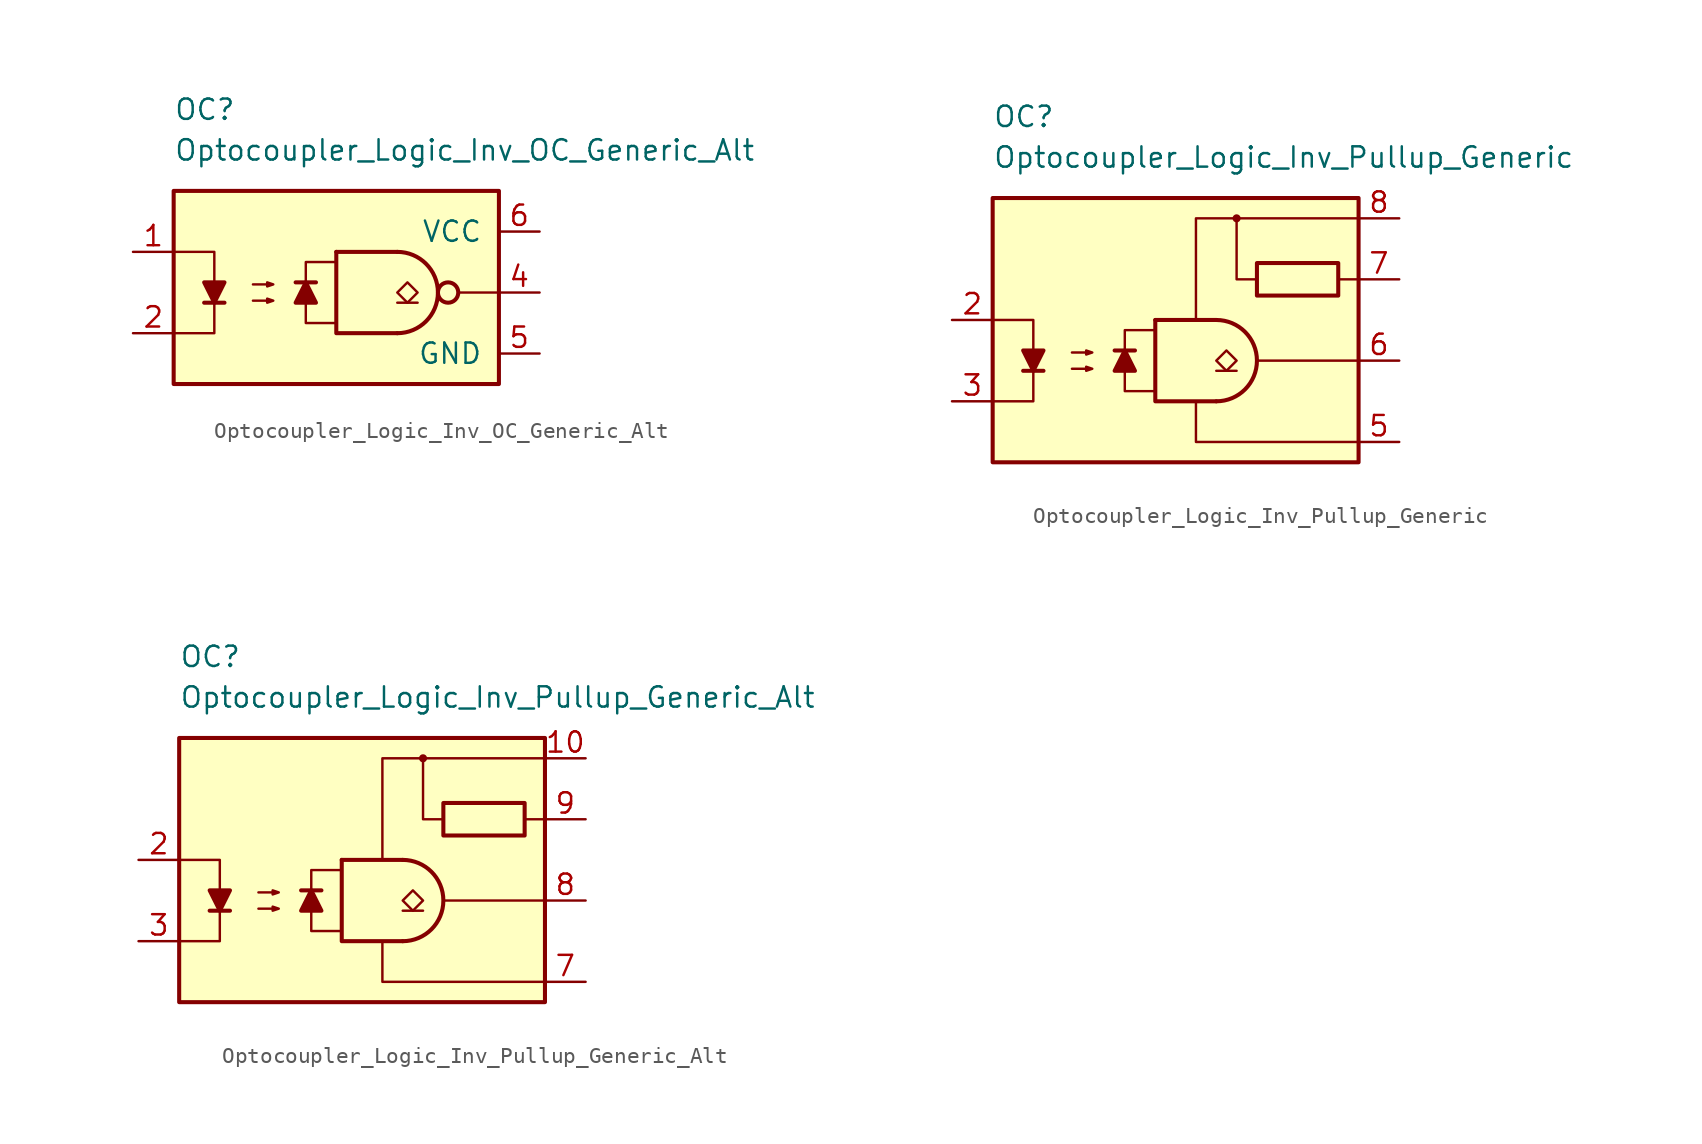
<source format=kicad_sym>
(kicad_symbol_lib
  (version 20211014)
  (generator kicad_symbol_editor)
  (symbol "Optocoupler_Logic_Inv_OC_Generic_Alt"
    (pin_names
      (offset 1.016))
    (property "Reference" "OC"
      (at -11.43 11.43 0)
      (effects (font (size 1.27 1.27)) (justify left)))
    (property "Value" "Optocoupler_Logic_Inv_OC_Generic_Alt"
      (at -11.43 8.89 0)
      (effects (font (size 1.27 1.27)) (justify left)))
    (symbol "Optocoupler_Logic_Inv_OC_Generic_Alt_0_0"
      (rectangle (start -11.43 6.35) (end 8.89 -5.715) (stroke (width 0.254) (type default) (color 0 0 0 0)) (fill (type background)))
      (polyline (pts (xy 8.89 0) (xy 6.35 0)) (stroke (width 0) (type default) (color 0 0 0 0)) (fill (type none))))
    (symbol "Optocoupler_Logic_Inv_OC_Generic_Alt_0_1"
      (polyline (pts (xy -9.525 -0.635) (xy -8.255 -0.635)) (stroke (width 0.254) (type default) (color 0 0 0 0)) (fill (type none)))
      (polyline (pts (xy -1.27 2.54) (xy 2.54 2.54)) (stroke (width 0.254) (type default) (color 0 0 0 0)) (fill (type none)))
      (polyline (pts (xy 3.81 -0.635) (xy 2.54 -0.635)) (stroke (width 0.152) (type default) (color 0 0 0 0)) (fill (type none)))
      (polyline (pts (xy -11.43 2.54) (xy -8.89 2.54) (xy -8.89 -0.635)) (stroke (width 0) (type default) (color 0 0 0 0)) (fill (type none)))
      (polyline (pts (xy -8.89 -0.635) (xy -8.89 -2.54) (xy -11.43 -2.54)) (stroke (width 0) (type default) (color 0 0 0 0)) (fill (type none)))
      (polyline (pts (xy -1.27 2.54) (xy -1.27 -2.54) (xy 2.54 -2.54)) (stroke (width 0.254) (type default) (color 0 0 0 0)) (fill (type none)))
      (polyline (pts (xy -8.89 -0.635) (xy -9.525 0.635) (xy -8.255 0.635) (xy -8.89 -0.635)) (stroke (width 0.254) (type default) (color 0 0 0 0)) (fill (type outline)))
      (polyline (pts (xy -6.477 -0.508) (xy -5.207 -0.508) (xy -5.588 -0.635) (xy -5.588 -0.381) (xy -5.207 -0.508)) (stroke (width 0) (type default) (color 0 0 0 0)) (fill (type none)))
      (polyline (pts (xy -6.477 0.508) (xy -5.207 0.508) (xy -5.588 0.381) (xy -5.588 0.635) (xy -5.207 0.508)) (stroke (width 0) (type default) (color 0 0 0 0)) (fill (type none)))
      (polyline (pts (xy 3.175 -0.635) (xy 2.54 0) (xy 3.175 0.635) (xy 3.81 0) (xy 3.175 -0.635)) (stroke (width 0.152) (type default) (color 0 0 0 0)) (fill (type none)))
      (arc (start 2.54 -2.54) (mid 5.08 0) (end 2.54 2.54) (stroke (width 0.254) (type default) (color 0 0 0 0)) (fill (type none)))
      (circle (center 5.715 0) (radius 0.635) (stroke (width 0.254) (type default) (color 0 0 0 0)) (fill (type none))))
    (symbol "Optocoupler_Logic_Inv_OC_Generic_Alt_1_1"
      (polyline (pts (xy -2.54 0.635) (xy -3.81 0.635)) (stroke (width 0.254) (type default) (color 0 0 0 0)) (fill (type none)))
      (polyline (pts (xy -3.175 0.635) (xy -2.54 -0.635) (xy -3.81 -0.635) (xy -3.175 0.635)) (stroke (width 0.254) (type default) (color 0 0 0 0)) (fill (type outline)))
      (polyline (pts (xy -1.27 -1.905) (xy -3.175 -1.905) (xy -3.175 1.905) (xy -1.27 1.905)) (stroke (width 0.152) (type default) (color 0 0 0 0)) (fill (type none)))
      (pin passive line (at -13.97 2.54 0) (length 2.54) (name "~" (effects (font (size 1.27 1.27)))) (number "1" (effects (font (size 1.27 1.27)))))
      (pin passive line (at -13.97 -2.54 0) (length 2.54) (name "~" (effects (font (size 1.27 1.27)))) (number "2" (effects (font (size 1.27 1.27)))))
      (pin no_connect line (at 0 0 0) (length 2.54) hide (name "NC" (effects (font (size 1.27 1.27)))) (number "3" (effects (font (size 1.27 1.27)))))
      (pin open_collector line (at 11.43 0 180) (length 2.54) (name "~" (effects (font (size 1.27 1.27)))) (number "4" (effects (font (size 1.27 1.27)))))
      (pin power_in line (at 11.43 -3.81 180) (length 2.54) (name "GND" (effects (font (size 1.27 1.27)))) (number "5" (effects (font (size 1.27 1.27)))))
      (pin power_in line (at 11.43 3.81 180) (length 2.54) (name "VCC" (effects (font (size 1.27 1.27)))) (number "6" (effects (font (size 1.27 1.27)))))))
  (symbol "Optocoupler_Logic_Inv_Pullup_Generic"
    (pin_names
      (offset 1.016))
    (property "Reference" "OC"
      (at -11.43 12.7 0)
      (effects (font (size 1.27 1.27)) (justify left)))
    (property "Value" "Optocoupler_Logic_Inv_Pullup_Generic"
      (at -11.43 10.16 0)
      (effects (font (size 1.27 1.27)) (justify left)))
    (symbol "Optocoupler_Logic_Inv_Pullup_Generic_0_0"
      (rectangle (start -11.43 7.62) (end 11.43 -8.89) (stroke (width 0.254) (type default) (color 0 0 0 0)) (fill (type background)))
      (polyline (pts (xy 5.08 -2.54) (xy 11.43 -2.54)) (stroke (width 0) (type default) (color 0 0 0 0)) (fill (type none)))
      (polyline (pts (xy 11.43 2.54) (xy 10.16 2.54)) (stroke (width 0) (type default) (color 0 0 0 0)) (fill (type none)))
      (polyline (pts (xy 5.08 2.54) (xy 3.81 2.54) (xy 3.81 6.35)) (stroke (width 0) (type default) (color 0 0 0 0)) (fill (type none)))
      (polyline (pts (xy 11.43 -7.62) (xy 1.27 -7.62) (xy 1.27 -5.08)) (stroke (width 0) (type default) (color 0 0 0 0)) (fill (type none)))
      (polyline (pts (xy 11.43 6.35) (xy 1.27 6.35) (xy 1.27 0)) (stroke (width 0) (type default) (color 0 0 0 0)) (fill (type none)))
      (circle (center 3.81 6.35) (radius 0.178) (stroke (width 0) (type default) (color 0 0 0 0)) (fill (type outline))))
    (symbol "Optocoupler_Logic_Inv_Pullup_Generic_0_1"
      (polyline (pts (xy -9.525 -3.175) (xy -8.255 -3.175)) (stroke (width 0.254) (type default) (color 0 0 0 0)) (fill (type none)))
      (polyline (pts (xy -1.27 0) (xy 2.54 0)) (stroke (width 0.254) (type default) (color 0 0 0 0)) (fill (type none)))
      (polyline (pts (xy 3.81 -3.175) (xy 2.54 -3.175)) (stroke (width 0.152) (type default) (color 0 0 0 0)) (fill (type none)))
      (polyline (pts (xy -11.43 0) (xy -8.89 0) (xy -8.89 -3.175)) (stroke (width 0) (type default) (color 0 0 0 0)) (fill (type none)))
      (polyline (pts (xy -8.89 -3.175) (xy -8.89 -5.08) (xy -11.43 -5.08)) (stroke (width 0) (type default) (color 0 0 0 0)) (fill (type none)))
      (polyline (pts (xy -1.27 0) (xy -1.27 -5.08) (xy 2.54 -5.08)) (stroke (width 0.254) (type default) (color 0 0 0 0)) (fill (type none)))
      (polyline (pts (xy -8.89 -3.175) (xy -9.525 -1.905) (xy -8.255 -1.905) (xy -8.89 -3.175)) (stroke (width 0.254) (type default) (color 0 0 0 0)) (fill (type outline)))
      (polyline (pts (xy -6.477 -3.048) (xy -5.207 -3.048) (xy -5.588 -3.175) (xy -5.588 -2.921) (xy -5.207 -3.048)) (stroke (width 0) (type default) (color 0 0 0 0)) (fill (type none)))
      (polyline (pts (xy -6.477 -2.032) (xy -5.207 -2.032) (xy -5.588 -2.159) (xy -5.588 -1.905) (xy -5.207 -2.032)) (stroke (width 0) (type default) (color 0 0 0 0)) (fill (type none)))
      (polyline (pts (xy 3.175 -3.175) (xy 2.54 -2.54) (xy 3.175 -1.905) (xy 3.81 -2.54) (xy 3.175 -3.175)) (stroke (width 0.152) (type default) (color 0 0 0 0)) (fill (type none)))
      (arc (start 2.54 -5.08) (mid 5.08 -2.54) (end 2.54 0) (stroke (width 0.254) (type default) (color 0 0 0 0)) (fill (type none))))
    (symbol "Optocoupler_Logic_Inv_Pullup_Generic_1_1"
      (polyline (pts (xy -2.54 -1.905) (xy -3.81 -1.905)) (stroke (width 0.254) (type default) (color 0 0 0 0)) (fill (type none)))
      (polyline (pts (xy -3.175 -1.905) (xy -2.54 -3.175) (xy -3.81 -3.175) (xy -3.175 -1.905)) (stroke (width 0.254) (type default) (color 0 0 0 0)) (fill (type outline)))
      (polyline (pts (xy -1.27 -4.445) (xy -3.175 -4.445) (xy -3.175 -0.635) (xy -1.27 -0.635)) (stroke (width 0.152) (type default) (color 0 0 0 0)) (fill (type none)))
      (rectangle (start 10.16 1.524) (end 5.08 3.556) (stroke (width 0.254) (type default) (color 0 0 0 0)) (fill (type none)))
      (pin no_connect line (at 0 5.08 0) (length 2.54) hide (name "NC" (effects (font (size 1.27 1.27)))) (number "1" (effects (font (size 1.27 1.27)))))
      (pin passive line (at -13.97 0 0) (length 2.54) (name "~" (effects (font (size 1.27 1.27)))) (number "2" (effects (font (size 1.27 1.27)))))
      (pin passive line (at -13.97 -5.08 0) (length 2.54) (name "~" (effects (font (size 1.27 1.27)))) (number "3" (effects (font (size 1.27 1.27)))))
      (pin no_connect line (at 0 2.54 0) (length 2.54) hide (name "NC" (effects (font (size 1.27 1.27)))) (number "4" (effects (font (size 1.27 1.27)))))
      (pin power_in line (at 13.97 -7.62 180) (length 2.54) (name "~" (effects (font (size 1.27 1.27)))) (number "5" (effects (font (size 1.27 1.27)))))
      (pin open_collector line (at 13.97 -2.54 180) (length 2.54) (name "~" (effects (font (size 1.27 1.27)))) (number "6" (effects (font (size 1.27 1.27)))))
      (pin passive line (at 13.97 2.54 180) (length 2.54) (name "~" (effects (font (size 1.27 1.27)))) (number "7" (effects (font (size 1.27 1.27)))))
      (pin power_in line (at 13.97 6.35 180) (length 2.54) (name "~" (effects (font (size 1.27 1.27)))) (number "8" (effects (font (size 1.27 1.27)))))))
  (symbol "Optocoupler_Logic_Inv_Pullup_Generic_Alt"
    (pin_names
      (offset 1.016))
    (property "Reference" "OC"
      (at -11.43 12.7 0)
      (effects (font (size 1.27 1.27)) (justify left)))
    (property "Value" "Optocoupler_Logic_Inv_Pullup_Generic_Alt"
      (at -11.43 10.16 0)
      (effects (font (size 1.27 1.27)) (justify left)))
    (symbol "Optocoupler_Logic_Inv_Pullup_Generic_Alt_0_0"
      (rectangle (start -11.43 7.62) (end 11.43 -8.89) (stroke (width 0.254) (type default) (color 0 0 0 0)) (fill (type background)))
      (polyline (pts (xy 5.08 -2.54) (xy 11.43 -2.54)) (stroke (width 0) (type default) (color 0 0 0 0)) (fill (type none)))
      (polyline (pts (xy 5.08 2.54) (xy 3.81 2.54) (xy 3.81 6.35)) (stroke (width 0) (type default) (color 0 0 0 0)) (fill (type none)))
      (polyline (pts (xy 11.43 -7.62) (xy 1.27 -7.62) (xy 1.27 -5.08)) (stroke (width 0) (type default) (color 0 0 0 0)) (fill (type none)))
      (polyline (pts (xy 11.43 6.35) (xy 1.27 6.35) (xy 1.27 0)) (stroke (width 0) (type default) (color 0 0 0 0)) (fill (type none)))
      (circle (center 3.81 6.35) (radius 0.178) (stroke (width 0) (type default) (color 0 0 0 0)) (fill (type outline))))
    (symbol "Optocoupler_Logic_Inv_Pullup_Generic_Alt_0_1"
      (polyline (pts (xy -9.525 -3.175) (xy -8.255 -3.175)) (stroke (width 0.254) (type default) (color 0 0 0 0)) (fill (type none)))
      (polyline (pts (xy -1.27 0) (xy 2.54 0)) (stroke (width 0.254) (type default) (color 0 0 0 0)) (fill (type none)))
      (polyline (pts (xy 3.81 -3.175) (xy 2.54 -3.175)) (stroke (width 0.152) (type default) (color 0 0 0 0)) (fill (type none)))
      (polyline (pts (xy 11.43 2.54) (xy 10.16 2.54)) (stroke (width 0.152) (type default) (color 0 0 0 0)) (fill (type none)))
      (polyline (pts (xy -11.43 0) (xy -8.89 0) (xy -8.89 -3.175)) (stroke (width 0) (type default) (color 0 0 0 0)) (fill (type none)))
      (polyline (pts (xy -8.89 -3.175) (xy -8.89 -5.08) (xy -11.43 -5.08)) (stroke (width 0) (type default) (color 0 0 0 0)) (fill (type none)))
      (polyline (pts (xy -1.27 0) (xy -1.27 -5.08) (xy 2.54 -5.08)) (stroke (width 0.254) (type default) (color 0 0 0 0)) (fill (type none)))
      (polyline (pts (xy -8.89 -3.175) (xy -9.525 -1.905) (xy -8.255 -1.905) (xy -8.89 -3.175)) (stroke (width 0.254) (type default) (color 0 0 0 0)) (fill (type outline)))
      (polyline (pts (xy -6.477 -3.048) (xy -5.207 -3.048) (xy -5.588 -3.175) (xy -5.588 -2.921) (xy -5.207 -3.048)) (stroke (width 0) (type default) (color 0 0 0 0)) (fill (type none)))
      (polyline (pts (xy -6.477 -2.032) (xy -5.207 -2.032) (xy -5.588 -2.159) (xy -5.588 -1.905) (xy -5.207 -2.032)) (stroke (width 0) (type default) (color 0 0 0 0)) (fill (type none)))
      (polyline (pts (xy 3.175 -3.175) (xy 2.54 -2.54) (xy 3.175 -1.905) (xy 3.81 -2.54) (xy 3.175 -3.175)) (stroke (width 0.152) (type default) (color 0 0 0 0)) (fill (type none)))
      (arc (start 2.54 -5.08) (mid 5.08 -2.54) (end 2.54 0) (stroke (width 0.254) (type default) (color 0 0 0 0)) (fill (type none))))
    (symbol "Optocoupler_Logic_Inv_Pullup_Generic_Alt_1_1"
      (polyline (pts (xy -2.54 -1.905) (xy -3.81 -1.905)) (stroke (width 0.254) (type default) (color 0 0 0 0)) (fill (type none)))
      (polyline (pts (xy -3.175 -1.905) (xy -2.54 -3.175) (xy -3.81 -3.175) (xy -3.175 -1.905)) (stroke (width 0.254) (type default) (color 0 0 0 0)) (fill (type outline)))
      (polyline (pts (xy -1.27 -4.445) (xy -3.175 -4.445) (xy -3.175 -0.635) (xy -1.27 -0.635)) (stroke (width 0.152) (type default) (color 0 0 0 0)) (fill (type none)))
      (rectangle (start 10.16 1.524) (end 5.08 3.556) (stroke (width 0.254) (type default) (color 0 0 0 0)) (fill (type none)))
      (pin no_connect line (at 1.27 2.54 0) (length 2.54) hide (name "NC" (effects (font (size 1.27 1.27)))) (number "1" (effects (font (size 1.27 1.27)))))
      (pin power_in line (at 13.97 6.35 180) (length 2.54) (name "~" (effects (font (size 1.27 1.27)))) (number "10" (effects (font (size 1.27 1.27)))))
      (pin passive line (at -13.97 0 0) (length 2.54) (name "~" (effects (font (size 1.27 1.27)))) (number "2" (effects (font (size 1.27 1.27)))))
      (pin passive line (at -13.97 -5.08 0) (length 2.54) (name "~" (effects (font (size 1.27 1.27)))) (number "3" (effects (font (size 1.27 1.27)))))
      (pin no_connect line (at 1.27 0 0) (length 2.54) hide (name "NC" (effects (font (size 1.27 1.27)))) (number "4" (effects (font (size 1.27 1.27)))))
      (pin no_connect line (at 1.27 -2.54 0) (length 2.54) hide (name "NC" (effects (font (size 1.27 1.27)))) (number "5" (effects (font (size 1.27 1.27)))))
      (pin no_connect line (at 1.27 -5.08 0) (length 2.54) hide (name "NC" (effects (font (size 1.27 1.27)))) (number "6" (effects (font (size 1.27 1.27)))))
      (pin power_in line (at 13.97 -7.62 180) (length 2.54) (name "~" (effects (font (size 1.27 1.27)))) (number "7" (effects (font (size 1.27 1.27)))))
      (pin open_collector line (at 13.97 -2.54 180) (length 2.54) (name "~" (effects (font (size 1.27 1.27)))) (number "8" (effects (font (size 1.27 1.27)))))
      (pin passive line (at 13.97 2.54 180) (length 2.54) (name "~" (effects (font (size 1.27 1.27)))) (number "9" (effects (font (size 1.27 1.27))))))))
</source>
